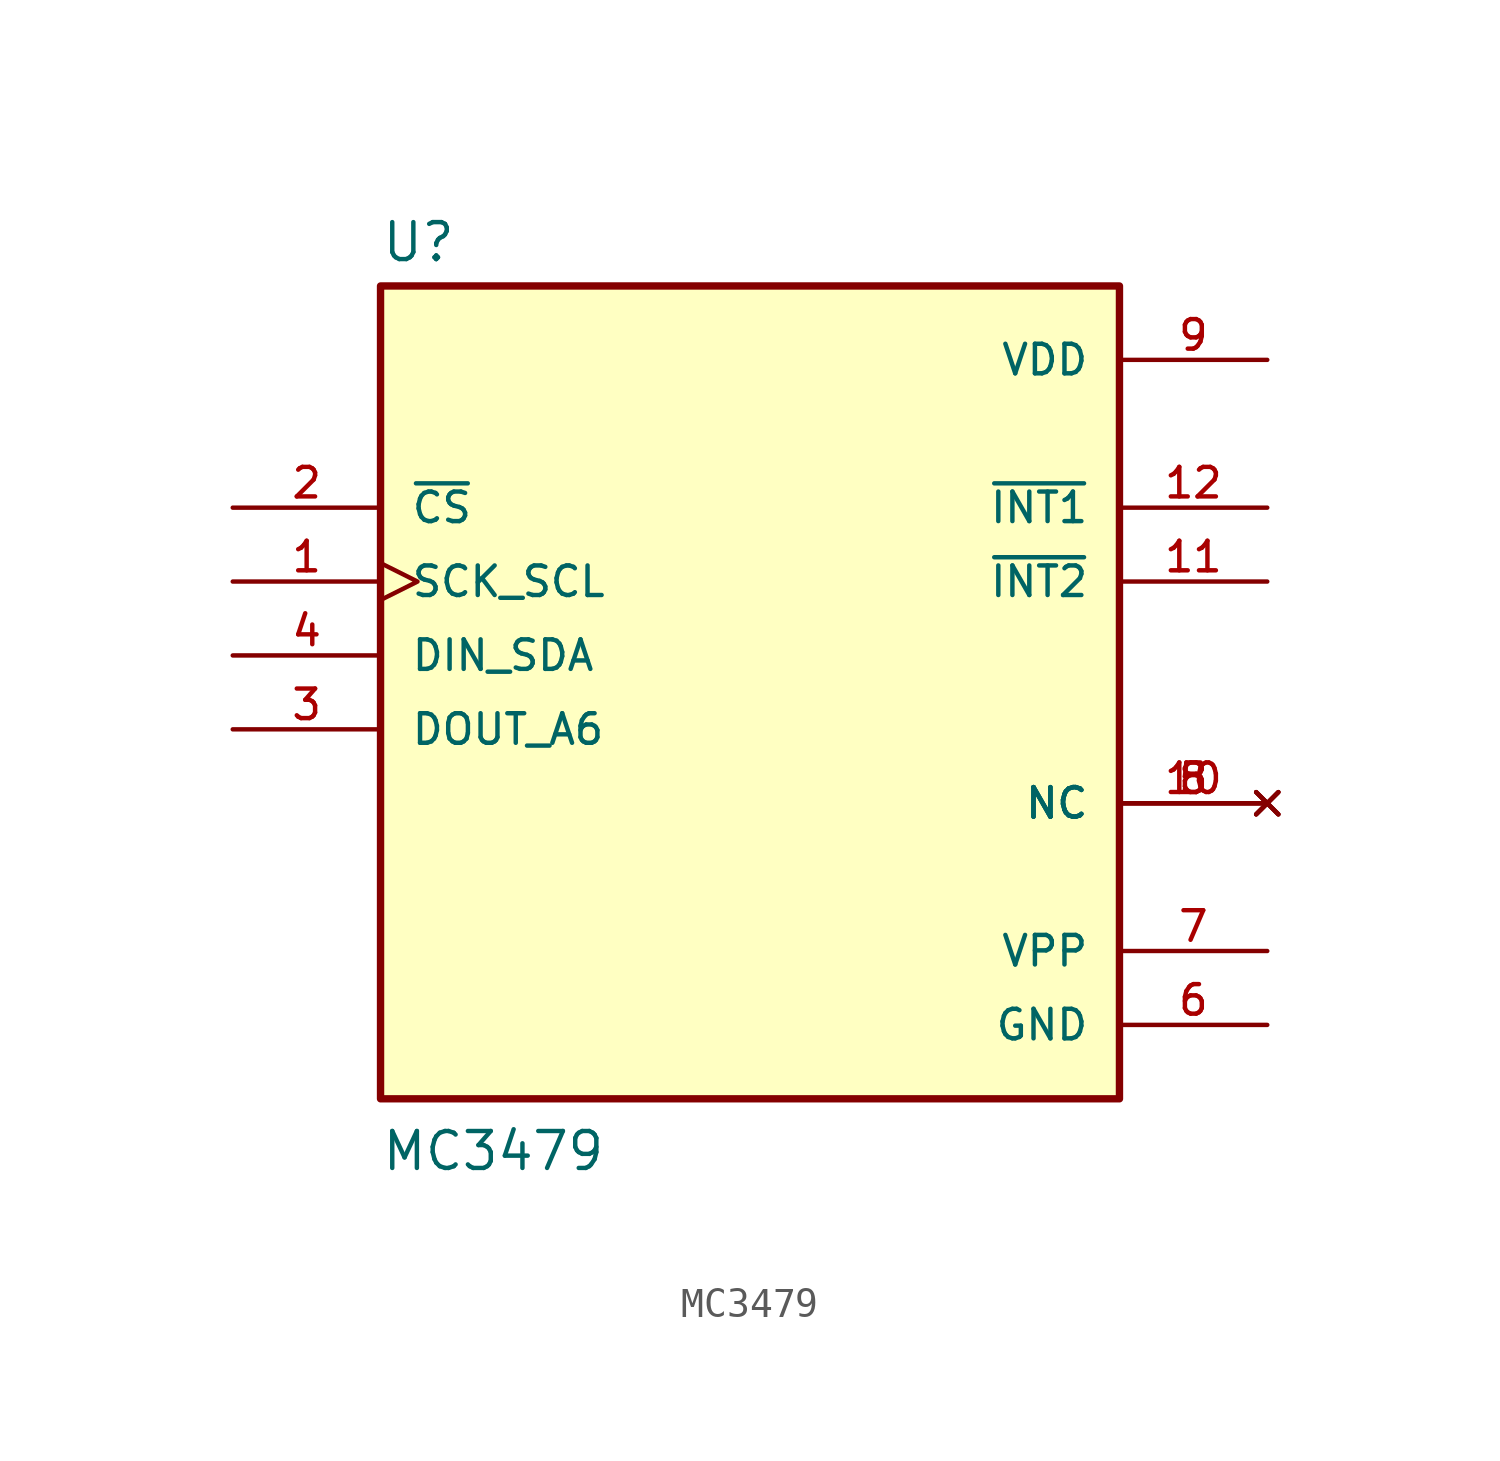
<source format=kicad_sym>
(kicad_symbol_lib
  (version 20211014)
  (generator kicad_symbol_editor)
  (symbol "MC3479"
    (pin_names
      (offset 1.016))
    (property "Reference" "U"
      (at -12.7 13.462 0)
      (effects (font (size 1.27 1.27)) (justify left bottom)))
    (property "Value" "MC3479"
      (at -12.7 -17.78 0)
      (effects (font (size 1.27 1.27)) (justify left bottom)))
    (property "ki_locked" ""
      (at 0 0 0)
      (effects (font (size 1.27 1.27))))
    (symbol "MC3479_0_0"
      (rectangle (start -12.7 -15.24) (end 12.7 12.7) (stroke (width 0.254) (type default) (color 0 0 0 0)) (fill (type background)))
      (pin input clock (at -17.78 2.54 0) (length 5.08) (name "SCK_SCL" (effects (font (size 1.016 1.016)))) (number "1" (effects (font (size 1.016 1.016)))))
      (pin no_connect line (at 17.78 -5.08 180) (length 5.08) (name "NC" (effects (font (size 1.016 1.016)))) (number "10" (effects (font (size 1.016 1.016)))))
      (pin output line (at 17.78 2.54 180) (length 5.08) (name "~{INT2}" (effects (font (size 1.016 1.016)))) (number "11" (effects (font (size 1.016 1.016)))))
      (pin output line (at 17.78 5.08 180) (length 5.08) (name "~{INT1}" (effects (font (size 1.016 1.016)))) (number "12" (effects (font (size 1.016 1.016)))))
      (pin input line (at -17.78 5.08 0) (length 5.08) (name "~{CS}" (effects (font (size 1.016 1.016)))) (number "2" (effects (font (size 1.016 1.016)))))
      (pin bidirectional line (at -17.78 -2.54 0) (length 5.08) (name "DOUT_A6" (effects (font (size 1.016 1.016)))) (number "3" (effects (font (size 1.016 1.016)))))
      (pin bidirectional line (at -17.78 0 0) (length 5.08) (name "DIN_SDA" (effects (font (size 1.016 1.016)))) (number "4" (effects (font (size 1.016 1.016)))))
      (pin no_connect line (at 17.78 -5.08 180) (length 5.08) (name "NC" (effects (font (size 1.016 1.016)))) (number "5" (effects (font (size 1.016 1.016)))))
      (pin power_in line (at 17.78 -12.7 180) (length 5.08) (name "GND" (effects (font (size 1.016 1.016)))) (number "6" (effects (font (size 1.016 1.016)))))
      (pin passive line (at 17.78 -10.16 180) (length 5.08) (name "VPP" (effects (font (size 1.016 1.016)))) (number "7" (effects (font (size 1.016 1.016)))))
      (pin no_connect line (at 17.78 -5.08 180) (length 5.08) (name "NC" (effects (font (size 1.016 1.016)))) (number "8" (effects (font (size 1.016 1.016)))))
      (pin power_in line (at 17.78 10.16 180) (length 5.08) (name "VDD" (effects (font (size 1.016 1.016)))) (number "9" (effects (font (size 1.016 1.016))))))))
</source>
